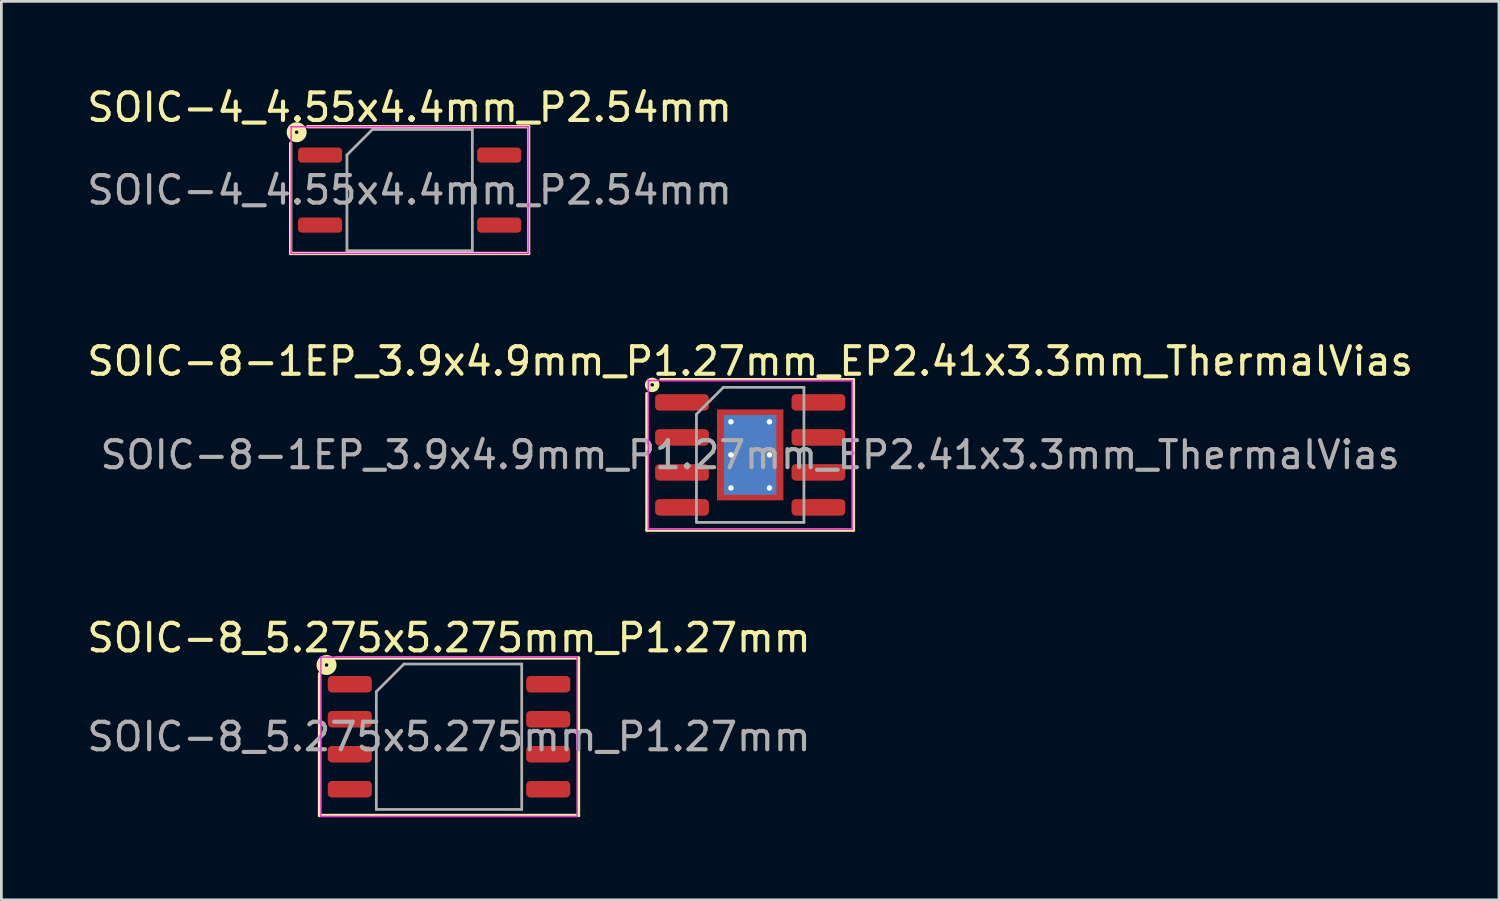
<source format=kicad_pcb>
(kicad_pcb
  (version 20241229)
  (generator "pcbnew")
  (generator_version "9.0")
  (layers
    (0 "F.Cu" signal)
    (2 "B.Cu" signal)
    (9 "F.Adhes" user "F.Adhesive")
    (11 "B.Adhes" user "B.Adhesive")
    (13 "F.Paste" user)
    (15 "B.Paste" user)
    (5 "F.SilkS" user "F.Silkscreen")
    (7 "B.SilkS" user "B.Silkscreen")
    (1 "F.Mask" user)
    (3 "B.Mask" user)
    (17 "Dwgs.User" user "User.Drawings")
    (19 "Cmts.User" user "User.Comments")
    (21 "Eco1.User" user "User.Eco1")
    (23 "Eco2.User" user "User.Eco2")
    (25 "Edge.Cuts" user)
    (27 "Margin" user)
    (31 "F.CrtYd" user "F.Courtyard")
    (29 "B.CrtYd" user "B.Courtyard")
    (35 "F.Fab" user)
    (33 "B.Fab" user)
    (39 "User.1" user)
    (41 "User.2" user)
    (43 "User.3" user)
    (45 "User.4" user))
  (footprint "SOIC-8-1EP_3.9x4.9mm_P1.27mm_EP2.41x3.3mm_ThermalVias"
    (layer "F.Cu")
    (at 24.173 13.457)
    (property "Reference" "SOIC-8-1EP_3.9x4.9mm_P1.27mm_EP2.41x3.3mm_ThermalVias" (at 0 -3.4 0) (layer "F.SilkS") (effects (font (size 1 1) (thickness 0.15))))
    (attr smd)
    (fp_line (start -3.747 -2.223) (end -3.747 2.731) (stroke (width 0.12) (type solid)) (layer "F.SilkS"))
    (fp_line (start -3.747 2.731) (end 3.747 2.731) (stroke (width 0.12) (type solid)) (layer "F.SilkS"))
    (fp_line (start 3.747 -2.731) (end -3.239 -2.731) (stroke (width 0.12) (type solid)) (layer "F.SilkS"))
    (fp_line (start 3.747 2.731) (end 3.747 -2.731) (stroke (width 0.12) (type solid)) (layer "F.SilkS"))
    (fp_circle (center -3.556 -2.54) (end -3.493 -2.54) (stroke (width 0.2) (type solid)) (fill no) (layer "F.SilkS"))
    (fp_line (start -3.7 -2.7) (end -3.7 2.7) (stroke (width 0.05) (type solid)) (layer "F.CrtYd"))
    (fp_line (start -3.7 2.7) (end 3.7 2.7) (stroke (width 0.05) (type solid)) (layer "F.CrtYd"))
    (fp_line (start 3.7 -2.7) (end -3.7 -2.7) (stroke (width 0.05) (type solid)) (layer "F.CrtYd"))
    (fp_line (start 3.7 2.7) (end 3.7 -2.7) (stroke (width 0.05) (type solid)) (layer "F.CrtYd"))
    (fp_line (start -1.95 -1.475) (end -0.975 -2.45) (stroke (width 0.1) (type solid)) (layer "F.Fab"))
    (fp_line (start -1.95 2.45) (end -1.95 -1.475) (stroke (width 0.1) (type solid)) (layer "F.Fab"))
    (fp_line (start -0.975 -2.45) (end 1.95 -2.45) (stroke (width 0.1) (type solid)) (layer "F.Fab"))
    (fp_line (start 1.95 -2.45) (end 1.95 2.45) (stroke (width 0.1) (type solid)) (layer "F.Fab"))
    (fp_line (start 1.95 2.45) (end -1.95 2.45) (stroke (width 0.1) (type solid)) (layer "F.Fab"))
    (fp_text user "${REFERENCE}" (at 0 0 0) (layer "F.Fab") (effects (font (size 0.98 0.98) (thickness 0.15))))
    (pad "" smd roundrect (at -0.6 -0.825) (size 1.01 1.38) (layers "F.Paste") (roundrect_rratio 0.248))
    (pad "" smd roundrect (at -0.6 0.825) (size 1.01 1.38) (layers "F.Paste") (roundrect_rratio 0.248))
    (pad "" smd roundrect (at 0.6 -0.825) (size 1.01 1.38) (layers "F.Paste") (roundrect_rratio 0.248))
    (pad "" smd roundrect (at 0.6 0.825) (size 1.01 1.38) (layers "F.Paste") (roundrect_rratio 0.248))
    (pad "1" smd roundrect (at -2.475 -1.905) (size 1.95 0.6) (layers "F.Cu" "F.Mask" "F.Paste") (roundrect_rratio 0.25))
    (pad "2" smd roundrect (at -2.475 -0.635) (size 1.95 0.6) (layers "F.Cu" "F.Mask" "F.Paste") (roundrect_rratio 0.25))
    (pad "3" smd roundrect (at -2.475 0.635) (size 1.95 0.6) (layers "F.Cu" "F.Mask" "F.Paste") (roundrect_rratio 0.25))
    (pad "4" smd roundrect (at -2.475 1.905) (size 1.95 0.6) (layers "F.Cu" "F.Mask" "F.Paste") (roundrect_rratio 0.25))
    (pad "5" smd roundrect (at 2.475 1.905) (size 1.95 0.6) (layers "F.Cu" "F.Mask" "F.Paste") (roundrect_rratio 0.25))
    (pad "6" smd roundrect (at 2.475 0.635) (size 1.95 0.6) (layers "F.Cu" "F.Mask" "F.Paste") (roundrect_rratio 0.25))
    (pad "7" smd roundrect (at 2.475 -0.635) (size 1.95 0.6) (layers "F.Cu" "F.Mask" "F.Paste") (roundrect_rratio 0.25))
    (pad "8" smd roundrect (at 2.475 -1.905) (size 1.95 0.6) (layers "F.Cu" "F.Mask" "F.Paste") (roundrect_rratio 0.25))
    (pad "9" thru_hole circle (at -0.7 -1.2) (size 0.5 0.5) (drill 0.2) (layers "*.Cu"))
    (pad "9" thru_hole circle (at -0.7 0) (size 0.5 0.5) (drill 0.2) (layers "*.Cu"))
    (pad "9" thru_hole circle (at -0.7 1.2) (size 0.5 0.5) (drill 0.2) (layers "*.Cu"))
    (pad "9" smd rect (at 0 0) (size 1.9 2.9) (layers "B.Cu" "B.Mask"))
    (pad "9" smd rect (at 0 0) (size 2.41 3.3) (layers "F.Cu" "F.Mask"))
    (pad "9" thru_hole circle (at 0.7 -1.2) (size 0.5 0.5) (drill 0.2) (layers "*.Cu"))
    (pad "9" thru_hole circle (at 0.7 0) (size 0.5 0.5) (drill 0.2) (layers "*.Cu"))
    (pad "9" thru_hole circle (at 0.7 1.2) (size 0.5 0.5) (drill 0.2) (layers "*.Cu")))
  (footprint "SOIC-4_4.55x4.4mm_P2.54mm"
    (layer "F.Cu")
    (at 11.815 3.848)
    (property "Reference" "SOIC-4_4.55x4.4mm_P2.54mm" (at 0 -3 0) (layer "F.SilkS") (effects (font (size 1 1) (thickness 0.15))))
    (attr smd)
    (fp_line (start -4.318 -1.7) (end -4.318 2.3) (stroke (width 0.12) (type solid)) (layer "F.SilkS"))
    (fp_line (start -4.318 2.3) (end 4.318 2.3) (stroke (width 0.12) (type solid)) (layer "F.SilkS"))
    (fp_line (start 4.318 -2.3) (end -3.7 -2.3) (stroke (width 0.12) (type solid)) (layer "F.SilkS"))
    (fp_line (start 4.318 2.3) (end 4.318 -2.3) (stroke (width 0.12) (type solid)) (layer "F.SilkS"))
    (fp_circle (center -4.1 -2.1) (end -4.037 -2.1) (stroke (width 0.3) (type solid)) (fill no) (layer "F.SilkS"))
    (fp_line (start -4.3 -2.3) (end -4.3 2.3) (stroke (width 0.05) (type solid)) (layer "F.CrtYd"))
    (fp_line (start -4.3 2.3) (end 4.3 2.3) (stroke (width 0.05) (type solid)) (layer "F.CrtYd"))
    (fp_line (start 4.3 -2.3) (end -4.3 -2.3) (stroke (width 0.05) (type solid)) (layer "F.CrtYd"))
    (fp_line (start 4.3 2.3) (end 4.3 -2.3) (stroke (width 0.05) (type solid)) (layer "F.CrtYd"))
    (fp_line (start -2.275 -1.275) (end -1.35 -2.2) (stroke (width 0.1) (type solid)) (layer "F.Fab"))
    (fp_line (start -2.275 2.2) (end -2.275 -1.275) (stroke (width 0.1) (type solid)) (layer "F.Fab"))
    (fp_line (start -1.35 -2.2) (end 2.275 -2.2) (stroke (width 0.1) (type solid)) (layer "F.Fab"))
    (fp_line (start 2.275 -2.2) (end 2.275 2.2) (stroke (width 0.1) (type solid)) (layer "F.Fab"))
    (fp_line (start 2.275 2.2) (end -2.275 2.2) (stroke (width 0.1) (type solid)) (layer "F.Fab"))
    (fp_text user "${REFERENCE}" (at 0 0 0) (layer "F.Fab") (effects (font (size 1 1) (thickness 0.15))))
    (pad "1" smd roundrect (at -3.25 -1.27) (size 1.6 0.55) (layers "F.Cu" "F.Mask" "F.Paste") (roundrect_rratio 0.25))
    (pad "3" smd roundrect (at -3.25 1.27) (size 1.6 0.55) (layers "F.Cu" "F.Mask" "F.Paste") (roundrect_rratio 0.25))
    (pad "4" smd roundrect (at 3.25 1.27) (size 1.6 0.55) (layers "F.Cu" "F.Mask" "F.Paste") (roundrect_rratio 0.25))
    (pad "6" smd roundrect (at 3.25 -1.27) (size 1.6 0.55) (layers "F.Cu" "F.Mask" "F.Paste") (roundrect_rratio 0.25)))
  (footprint "SOIC-8_5.275x5.275mm_P1.27mm"
    (layer "F.Cu")
    (at 13.244 23.685)
    (property "Reference" "SOIC-8_5.275x5.275mm_P1.27mm" (at 0 -3.59 0) (layer "F.SilkS") (effects (font (size 1 1) (thickness 0.15))))
    (attr smd)
    (fp_line (start -4.699 -2.286) (end -4.699 2.857) (stroke (width 0.12) (type solid)) (layer "F.SilkS"))
    (fp_line (start -4.699 2.857) (end 4.699 2.857) (stroke (width 0.12) (type solid)) (layer "F.SilkS"))
    (fp_line (start 4.699 -2.857) (end -4.128 -2.857) (stroke (width 0.12) (type solid)) (layer "F.SilkS"))
    (fp_line (start 4.699 2.857) (end 4.699 -2.857) (stroke (width 0.12) (type solid)) (layer "F.SilkS"))
    (fp_circle (center -4.445 -2.603) (end -4.381 -2.603) (stroke (width 0.3) (type solid)) (fill no) (layer "F.SilkS"))
    (fp_line (start -4.65 -2.89) (end -4.65 2.89) (stroke (width 0.05) (type solid)) (layer "F.CrtYd"))
    (fp_line (start -4.65 2.89) (end 4.65 2.89) (stroke (width 0.05) (type solid)) (layer "F.CrtYd"))
    (fp_line (start 4.65 -2.89) (end -4.65 -2.89) (stroke (width 0.05) (type solid)) (layer "F.CrtYd"))
    (fp_line (start 4.65 2.89) (end 4.65 -2.89) (stroke (width 0.05) (type solid)) (layer "F.CrtYd"))
    (fp_line (start -2.638 -1.637) (end -1.637 -2.638) (stroke (width 0.1) (type solid)) (layer "F.Fab"))
    (fp_line (start -2.638 2.638) (end -2.638 -1.637) (stroke (width 0.1) (type solid)) (layer "F.Fab"))
    (fp_line (start -1.637 -2.638) (end 2.638 -2.638) (stroke (width 0.1) (type solid)) (layer "F.Fab"))
    (fp_line (start 2.638 -2.638) (end 2.638 2.638) (stroke (width 0.1) (type solid)) (layer "F.Fab"))
    (fp_line (start 2.638 2.638) (end -2.638 2.638) (stroke (width 0.1) (type solid)) (layer "F.Fab"))
    (fp_text user "${REFERENCE}" (at 0 0 0) (layer "F.Fab") (effects (font (size 1 1) (thickness 0.15))))
    (pad "1" smd roundrect (at -3.6 -1.905) (size 1.6 0.6) (layers "F.Cu" "F.Mask" "F.Paste") (roundrect_rratio 0.25))
    (pad "2" smd roundrect (at -3.6 -0.635) (size 1.6 0.6) (layers "F.Cu" "F.Mask" "F.Paste") (roundrect_rratio 0.25))
    (pad "3" smd roundrect (at -3.6 0.635) (size 1.6 0.6) (layers "F.Cu" "F.Mask" "F.Paste") (roundrect_rratio 0.25))
    (pad "4" smd roundrect (at -3.6 1.905) (size 1.6 0.6) (layers "F.Cu" "F.Mask" "F.Paste") (roundrect_rratio 0.25))
    (pad "5" smd roundrect (at 3.6 1.905) (size 1.6 0.6) (layers "F.Cu" "F.Mask" "F.Paste") (roundrect_rratio 0.25))
    (pad "6" smd roundrect (at 3.6 0.635) (size 1.6 0.6) (layers "F.Cu" "F.Mask" "F.Paste") (roundrect_rratio 0.25))
    (pad "7" smd roundrect (at 3.6 -0.635) (size 1.6 0.6) (layers "F.Cu" "F.Mask" "F.Paste") (roundrect_rratio 0.25))
    (pad "8" smd roundrect (at 3.6 -1.905) (size 1.6 0.6) (layers "F.Cu" "F.Mask" "F.Paste") (roundrect_rratio 0.25)))
  (gr_rect
    (start -3 -3)
    (end 51.345 29.603)
    (stroke (width 0.1) (type default))
    (fill no)
    (layer "Edge.Cuts")))
</source>
